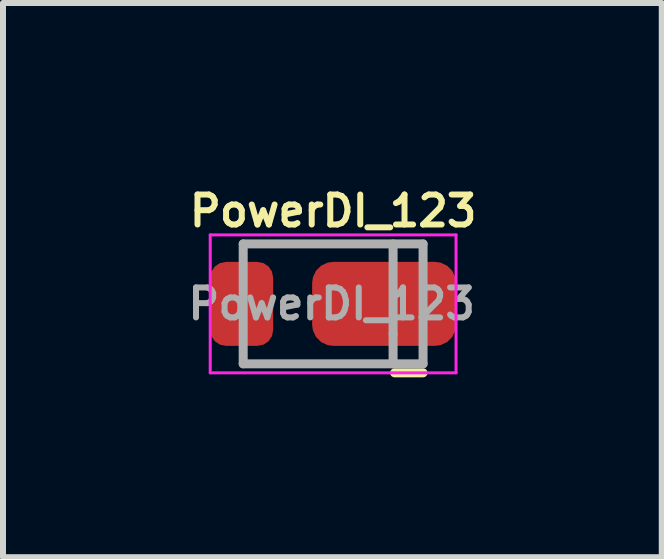
<source format=kicad_pcb>
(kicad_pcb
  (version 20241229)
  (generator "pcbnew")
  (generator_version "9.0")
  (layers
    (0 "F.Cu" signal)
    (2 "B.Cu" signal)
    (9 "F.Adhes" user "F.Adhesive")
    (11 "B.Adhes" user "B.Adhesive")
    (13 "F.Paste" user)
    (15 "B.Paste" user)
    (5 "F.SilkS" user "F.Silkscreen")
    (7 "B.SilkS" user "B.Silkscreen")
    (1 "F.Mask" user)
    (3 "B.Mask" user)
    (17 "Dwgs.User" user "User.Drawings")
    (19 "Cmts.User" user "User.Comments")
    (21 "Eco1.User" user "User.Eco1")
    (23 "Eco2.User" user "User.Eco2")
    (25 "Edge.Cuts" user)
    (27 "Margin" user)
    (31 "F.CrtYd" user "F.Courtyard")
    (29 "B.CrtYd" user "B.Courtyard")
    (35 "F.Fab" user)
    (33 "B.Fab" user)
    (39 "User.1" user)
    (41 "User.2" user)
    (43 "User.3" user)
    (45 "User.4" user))
  (footprint "PowerDI_123"
    (layer "F.Cu")
    (at 2.506 2.018)
    (property "Reference" "PowerDI_123" (at 0 -1.55 0) (layer "F.SilkS") (effects (font (size 0.5 0.5) (thickness 0.1))))
    (attr smd)
    (fp_line (start 1.025 1.15) (end 1.5 1.15) (stroke (width 0.15) (type solid)) (layer "F.SilkS"))
    (fp_line (start -2.05 -1.15) (end 2.05 -1.15) (stroke (width 0.05) (type solid)) (layer "F.CrtYd"))
    (fp_line (start -2.05 1.15) (end -2.05 -1.15) (stroke (width 0.05) (type solid)) (layer "F.CrtYd"))
    (fp_line (start 2.05 -1.15) (end 2.05 1.15) (stroke (width 0.05) (type solid)) (layer "F.CrtYd"))
    (fp_line (start 2.05 1.15) (end -2.05 1.15) (stroke (width 0.05) (type solid)) (layer "F.CrtYd"))
    (fp_line (start -1.5 -1) (end 1.5 -1) (stroke (width 0.15) (type solid)) (layer "F.Fab"))
    (fp_line (start -1.5 1) (end -1.5 -1) (stroke (width 0.15) (type solid)) (layer "F.Fab"))
    (fp_line (start 1 -1) (end 1 1) (stroke (width 0.15) (type solid)) (layer "F.Fab"))
    (fp_line (start 1 0.5) (end 1 0.5) (stroke (width 0.15) (type solid)) (layer "F.Fab"))
    (fp_line (start 1.5 -1) (end 1.5 1) (stroke (width 0.15) (type solid)) (layer "F.Fab"))
    (fp_line (start 1.5 1) (end -1.5 1) (stroke (width 0.15) (type solid)) (layer "F.Fab"))
    (fp_text user "${REFERENCE}" (at -0.025 0 0) (layer "F.Fab") (effects (font (size 0.5 0.5) (thickness 0.1))))
    (pad "A" smd roundrect (at -1.525 0) (size 1.05 1.4) (layers "F.Cu" "F.Mask" "F.Paste") (roundrect_rratio 0.25))
    (pad "C" smd roundrect (at 0.85 0) (size 2.4 1.4) (layers "F.Cu" "F.Mask" "F.Paste") (roundrect_rratio 0.25)))
  (gr_rect
    (start -3 -3)
    (end 7.987 6.243)
    (stroke (width 0.1) (type default))
    (fill no)
    (layer "Edge.Cuts")))
</source>
